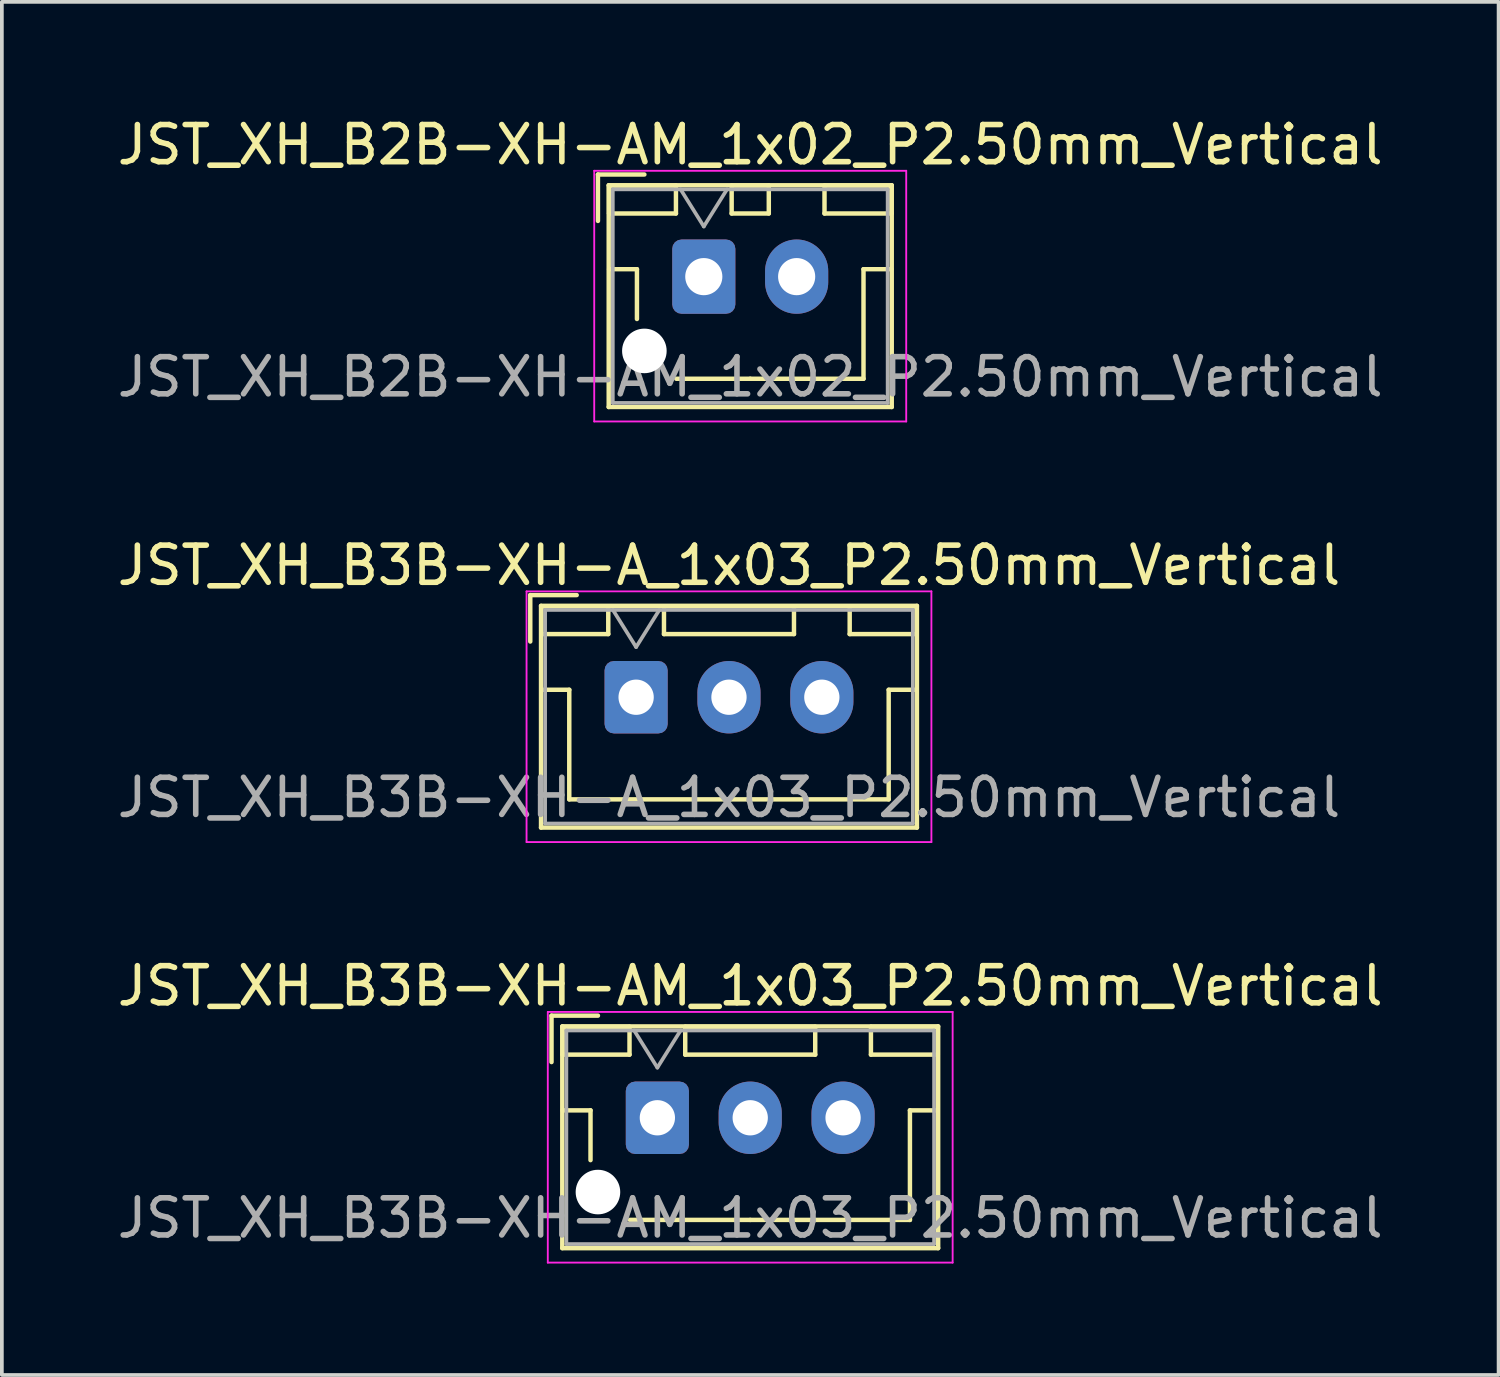
<source format=kicad_pcb>
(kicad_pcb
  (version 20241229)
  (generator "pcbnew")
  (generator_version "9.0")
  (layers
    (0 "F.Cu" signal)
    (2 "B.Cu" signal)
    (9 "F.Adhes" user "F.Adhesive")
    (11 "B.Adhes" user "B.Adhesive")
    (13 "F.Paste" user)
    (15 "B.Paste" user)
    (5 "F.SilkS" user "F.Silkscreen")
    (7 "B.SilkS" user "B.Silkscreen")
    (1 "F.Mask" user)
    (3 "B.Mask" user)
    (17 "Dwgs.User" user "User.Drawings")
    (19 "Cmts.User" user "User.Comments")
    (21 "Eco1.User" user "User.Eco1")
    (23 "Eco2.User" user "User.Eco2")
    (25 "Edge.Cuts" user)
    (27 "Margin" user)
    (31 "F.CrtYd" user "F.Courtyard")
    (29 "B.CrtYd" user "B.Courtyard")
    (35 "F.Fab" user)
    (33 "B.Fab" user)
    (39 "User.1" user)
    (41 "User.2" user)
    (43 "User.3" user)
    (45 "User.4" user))
  (footprint "JST_XH_B3B-XH-AM_1x03_P2.50mm_Vertical"
    (layer "F.Cu")
    (at 14.649 27.045)
    (property "Reference" "JST_XH_B3B-XH-AM_1x03_P2.50mm_Vertical" (at 2.5 -3.55 0) (layer "F.SilkS") (effects (font (size 1 1) (thickness 0.15))))
    (attr through_hole)
    (fp_line (start -2.85 -2.75) (end -2.85 -1.5) (stroke (width 0.12) (type solid)) (layer "F.SilkS"))
    (fp_line (start -2.56 -2.46) (end -2.56 3.51) (stroke (width 0.12) (type solid)) (layer "F.SilkS"))
    (fp_line (start -2.56 3.51) (end 7.56 3.51) (stroke (width 0.12) (type solid)) (layer "F.SilkS"))
    (fp_line (start -2.55 -2.45) (end -2.55 -1.7) (stroke (width 0.12) (type solid)) (layer "F.SilkS"))
    (fp_line (start -2.55 -1.7) (end -0.75 -1.7) (stroke (width 0.12) (type solid)) (layer "F.SilkS"))
    (fp_line (start -2.55 -0.2) (end -1.8 -0.2) (stroke (width 0.12) (type solid)) (layer "F.SilkS"))
    (fp_line (start -1.8 -0.2) (end -1.8 1.14) (stroke (width 0.12) (type solid)) (layer "F.SilkS"))
    (fp_line (start -1.6 -2.75) (end -2.85 -2.75) (stroke (width 0.12) (type solid)) (layer "F.SilkS"))
    (fp_line (start -0.75 -2.45) (end -2.55 -2.45) (stroke (width 0.12) (type solid)) (layer "F.SilkS"))
    (fp_line (start -0.75 -1.7) (end -0.75 -2.45) (stroke (width 0.12) (type solid)) (layer "F.SilkS"))
    (fp_line (start 0.75 -2.45) (end 0.75 -1.7) (stroke (width 0.12) (type solid)) (layer "F.SilkS"))
    (fp_line (start 0.75 -1.7) (end 4.25 -1.7) (stroke (width 0.12) (type solid)) (layer "F.SilkS"))
    (fp_line (start 2.5 2.75) (end -0.74 2.75) (stroke (width 0.12) (type solid)) (layer "F.SilkS"))
    (fp_line (start 4.25 -2.45) (end 0.75 -2.45) (stroke (width 0.12) (type solid)) (layer "F.SilkS"))
    (fp_line (start 4.25 -1.7) (end 4.25 -2.45) (stroke (width 0.12) (type solid)) (layer "F.SilkS"))
    (fp_line (start 5.75 -2.45) (end 5.75 -1.7) (stroke (width 0.12) (type solid)) (layer "F.SilkS"))
    (fp_line (start 5.75 -1.7) (end 7.55 -1.7) (stroke (width 0.12) (type solid)) (layer "F.SilkS"))
    (fp_line (start 6.8 -0.2) (end 6.8 2.75) (stroke (width 0.12) (type solid)) (layer "F.SilkS"))
    (fp_line (start 6.8 2.75) (end 2.5 2.75) (stroke (width 0.12) (type solid)) (layer "F.SilkS"))
    (fp_line (start 7.55 -2.45) (end 5.75 -2.45) (stroke (width 0.12) (type solid)) (layer "F.SilkS"))
    (fp_line (start 7.55 -1.7) (end 7.55 -2.45) (stroke (width 0.12) (type solid)) (layer "F.SilkS"))
    (fp_line (start 7.55 -0.2) (end 6.8 -0.2) (stroke (width 0.12) (type solid)) (layer "F.SilkS"))
    (fp_line (start 7.56 -2.46) (end -2.56 -2.46) (stroke (width 0.12) (type solid)) (layer "F.SilkS"))
    (fp_line (start 7.56 3.51) (end 7.56 -2.46) (stroke (width 0.12) (type solid)) (layer "F.SilkS"))
    (fp_line (start -2.95 -2.85) (end -2.95 3.9) (stroke (width 0.05) (type solid)) (layer "F.CrtYd"))
    (fp_line (start -2.95 3.9) (end 7.95 3.9) (stroke (width 0.05) (type solid)) (layer "F.CrtYd"))
    (fp_line (start 7.95 -2.85) (end -2.95 -2.85) (stroke (width 0.05) (type solid)) (layer "F.CrtYd"))
    (fp_line (start 7.95 3.9) (end 7.95 -2.85) (stroke (width 0.05) (type solid)) (layer "F.CrtYd"))
    (fp_line (start -2.45 -2.35) (end -2.45 3.4) (stroke (width 0.1) (type solid)) (layer "F.Fab"))
    (fp_line (start -2.45 3.4) (end 7.45 3.4) (stroke (width 0.1) (type solid)) (layer "F.Fab"))
    (fp_line (start -0.625 -2.35) (end 0 -1.35) (stroke (width 0.1) (type solid)) (layer "F.Fab"))
    (fp_line (start 0 -1.35) (end 0.625 -2.35) (stroke (width 0.1) (type solid)) (layer "F.Fab"))
    (fp_line (start 7.45 -2.35) (end -2.45 -2.35) (stroke (width 0.1) (type solid)) (layer "F.Fab"))
    (fp_line (start 7.45 3.4) (end 7.45 -2.35) (stroke (width 0.1) (type solid)) (layer "F.Fab"))
    (fp_text user "${REFERENCE}" (at 2.5 2.7 0) (layer "F.Fab") (effects (font (size 1 1) (thickness 0.15))))
    (pad "" np_thru_hole circle (at -1.6 2) (size 1.2 1.2) (drill 1.2) (layers "*.Cu" "*.Mask"))
    (pad "1" thru_hole roundrect (at 0 0) (size 1.7 1.95) (drill 0.95) (layers "*.Cu" "*.Mask") (roundrect_rratio 0.147))
    (pad "2" thru_hole oval (at 2.5 0) (size 1.7 1.95) (drill 0.95) (layers "*.Cu" "*.Mask"))
    (pad "3" thru_hole oval (at 5 0) (size 1.7 1.95) (drill 0.95) (layers "*.Cu" "*.Mask")))
  (footprint "JST_XH_B3B-XH-A_1x03_P2.50mm_Vertical"
    (layer "F.Cu")
    (at 14.077 15.722)
    (property "Reference" "JST_XH_B3B-XH-A_1x03_P2.50mm_Vertical" (at 2.5 -3.55 0) (layer "F.SilkS") (effects (font (size 1 1) (thickness 0.15))))
    (attr through_hole)
    (fp_line (start -2.85 -2.75) (end -2.85 -1.5) (stroke (width 0.12) (type solid)) (layer "F.SilkS"))
    (fp_line (start -2.56 -2.46) (end -2.56 3.51) (stroke (width 0.12) (type solid)) (layer "F.SilkS"))
    (fp_line (start -2.56 3.51) (end 7.56 3.51) (stroke (width 0.12) (type solid)) (layer "F.SilkS"))
    (fp_line (start -2.55 -2.45) (end -2.55 -1.7) (stroke (width 0.12) (type solid)) (layer "F.SilkS"))
    (fp_line (start -2.55 -1.7) (end -0.75 -1.7) (stroke (width 0.12) (type solid)) (layer "F.SilkS"))
    (fp_line (start -2.55 -0.2) (end -1.8 -0.2) (stroke (width 0.12) (type solid)) (layer "F.SilkS"))
    (fp_line (start -1.8 -0.2) (end -1.8 2.75) (stroke (width 0.12) (type solid)) (layer "F.SilkS"))
    (fp_line (start -1.8 2.75) (end 2.5 2.75) (stroke (width 0.12) (type solid)) (layer "F.SilkS"))
    (fp_line (start -1.6 -2.75) (end -2.85 -2.75) (stroke (width 0.12) (type solid)) (layer "F.SilkS"))
    (fp_line (start -0.75 -2.45) (end -2.55 -2.45) (stroke (width 0.12) (type solid)) (layer "F.SilkS"))
    (fp_line (start -0.75 -1.7) (end -0.75 -2.45) (stroke (width 0.12) (type solid)) (layer "F.SilkS"))
    (fp_line (start 0.75 -2.45) (end 0.75 -1.7) (stroke (width 0.12) (type solid)) (layer "F.SilkS"))
    (fp_line (start 0.75 -1.7) (end 4.25 -1.7) (stroke (width 0.12) (type solid)) (layer "F.SilkS"))
    (fp_line (start 4.25 -2.45) (end 0.75 -2.45) (stroke (width 0.12) (type solid)) (layer "F.SilkS"))
    (fp_line (start 4.25 -1.7) (end 4.25 -2.45) (stroke (width 0.12) (type solid)) (layer "F.SilkS"))
    (fp_line (start 5.75 -2.45) (end 5.75 -1.7) (stroke (width 0.12) (type solid)) (layer "F.SilkS"))
    (fp_line (start 5.75 -1.7) (end 7.55 -1.7) (stroke (width 0.12) (type solid)) (layer "F.SilkS"))
    (fp_line (start 6.8 -0.2) (end 6.8 2.75) (stroke (width 0.12) (type solid)) (layer "F.SilkS"))
    (fp_line (start 6.8 2.75) (end 2.5 2.75) (stroke (width 0.12) (type solid)) (layer "F.SilkS"))
    (fp_line (start 7.55 -2.45) (end 5.75 -2.45) (stroke (width 0.12) (type solid)) (layer "F.SilkS"))
    (fp_line (start 7.55 -1.7) (end 7.55 -2.45) (stroke (width 0.12) (type solid)) (layer "F.SilkS"))
    (fp_line (start 7.55 -0.2) (end 6.8 -0.2) (stroke (width 0.12) (type solid)) (layer "F.SilkS"))
    (fp_line (start 7.56 -2.46) (end -2.56 -2.46) (stroke (width 0.12) (type solid)) (layer "F.SilkS"))
    (fp_line (start 7.56 3.51) (end 7.56 -2.46) (stroke (width 0.12) (type solid)) (layer "F.SilkS"))
    (fp_line (start -2.95 -2.85) (end -2.95 3.9) (stroke (width 0.05) (type solid)) (layer "F.CrtYd"))
    (fp_line (start -2.95 3.9) (end 7.95 3.9) (stroke (width 0.05) (type solid)) (layer "F.CrtYd"))
    (fp_line (start 7.95 -2.85) (end -2.95 -2.85) (stroke (width 0.05) (type solid)) (layer "F.CrtYd"))
    (fp_line (start 7.95 3.9) (end 7.95 -2.85) (stroke (width 0.05) (type solid)) (layer "F.CrtYd"))
    (fp_line (start -2.45 -2.35) (end -2.45 3.4) (stroke (width 0.1) (type solid)) (layer "F.Fab"))
    (fp_line (start -2.45 3.4) (end 7.45 3.4) (stroke (width 0.1) (type solid)) (layer "F.Fab"))
    (fp_line (start -0.625 -2.35) (end 0 -1.35) (stroke (width 0.1) (type solid)) (layer "F.Fab"))
    (fp_line (start 0 -1.35) (end 0.625 -2.35) (stroke (width 0.1) (type solid)) (layer "F.Fab"))
    (fp_line (start 7.45 -2.35) (end -2.45 -2.35) (stroke (width 0.1) (type solid)) (layer "F.Fab"))
    (fp_line (start 7.45 3.4) (end 7.45 -2.35) (stroke (width 0.1) (type solid)) (layer "F.Fab"))
    (fp_text user "${REFERENCE}" (at 2.5 2.7 0) (layer "F.Fab") (effects (font (size 1 1) (thickness 0.15))))
    (pad "1" thru_hole roundrect (at 0 0) (size 1.7 1.95) (drill 0.95) (layers "*.Cu" "*.Mask") (roundrect_rratio 0.147))
    (pad "2" thru_hole oval (at 2.5 0) (size 1.7 1.95) (drill 0.95) (layers "*.Cu" "*.Mask"))
    (pad "3" thru_hole oval (at 5 0) (size 1.7 1.95) (drill 0.95) (layers "*.Cu" "*.Mask")))
  (footprint "JST_XH_B2B-XH-AM_1x02_P2.50mm_Vertical"
    (layer "F.Cu")
    (at 15.899 4.398)
    (property "Reference" "JST_XH_B2B-XH-AM_1x02_P2.50mm_Vertical" (at 1.25 -3.55 0) (layer "F.SilkS") (effects (font (size 1 1) (thickness 0.15))))
    (attr through_hole)
    (fp_line (start -2.85 -2.75) (end -2.85 -1.5) (stroke (width 0.12) (type solid)) (layer "F.SilkS"))
    (fp_line (start -2.56 -2.46) (end -2.56 3.51) (stroke (width 0.12) (type solid)) (layer "F.SilkS"))
    (fp_line (start -2.56 3.51) (end 5.06 3.51) (stroke (width 0.12) (type solid)) (layer "F.SilkS"))
    (fp_line (start -2.55 -2.45) (end -2.55 -1.7) (stroke (width 0.12) (type solid)) (layer "F.SilkS"))
    (fp_line (start -2.55 -1.7) (end -0.75 -1.7) (stroke (width 0.12) (type solid)) (layer "F.SilkS"))
    (fp_line (start -2.55 -0.2) (end -1.8 -0.2) (stroke (width 0.12) (type solid)) (layer "F.SilkS"))
    (fp_line (start -1.8 -0.2) (end -1.8 1.14) (stroke (width 0.12) (type solid)) (layer "F.SilkS"))
    (fp_line (start -1.6 -2.75) (end -2.85 -2.75) (stroke (width 0.12) (type solid)) (layer "F.SilkS"))
    (fp_line (start -0.75 -2.45) (end -2.55 -2.45) (stroke (width 0.12) (type solid)) (layer "F.SilkS"))
    (fp_line (start -0.75 -1.7) (end -0.75 -2.45) (stroke (width 0.12) (type solid)) (layer "F.SilkS"))
    (fp_line (start 0.75 -2.45) (end 0.75 -1.7) (stroke (width 0.12) (type solid)) (layer "F.SilkS"))
    (fp_line (start 0.75 -1.7) (end 1.75 -1.7) (stroke (width 0.12) (type solid)) (layer "F.SilkS"))
    (fp_line (start 1.25 2.75) (end -0.74 2.75) (stroke (width 0.12) (type solid)) (layer "F.SilkS"))
    (fp_line (start 1.75 -2.45) (end 0.75 -2.45) (stroke (width 0.12) (type solid)) (layer "F.SilkS"))
    (fp_line (start 1.75 -1.7) (end 1.75 -2.45) (stroke (width 0.12) (type solid)) (layer "F.SilkS"))
    (fp_line (start 3.25 -2.45) (end 3.25 -1.7) (stroke (width 0.12) (type solid)) (layer "F.SilkS"))
    (fp_line (start 3.25 -1.7) (end 5.05 -1.7) (stroke (width 0.12) (type solid)) (layer "F.SilkS"))
    (fp_line (start 4.3 -0.2) (end 4.3 2.75) (stroke (width 0.12) (type solid)) (layer "F.SilkS"))
    (fp_line (start 4.3 2.75) (end 1.25 2.75) (stroke (width 0.12) (type solid)) (layer "F.SilkS"))
    (fp_line (start 5.05 -2.45) (end 3.25 -2.45) (stroke (width 0.12) (type solid)) (layer "F.SilkS"))
    (fp_line (start 5.05 -1.7) (end 5.05 -2.45) (stroke (width 0.12) (type solid)) (layer "F.SilkS"))
    (fp_line (start 5.05 -0.2) (end 4.3 -0.2) (stroke (width 0.12) (type solid)) (layer "F.SilkS"))
    (fp_line (start 5.06 -2.46) (end -2.56 -2.46) (stroke (width 0.12) (type solid)) (layer "F.SilkS"))
    (fp_line (start 5.06 3.51) (end 5.06 -2.46) (stroke (width 0.12) (type solid)) (layer "F.SilkS"))
    (fp_line (start -2.95 -2.85) (end -2.95 3.9) (stroke (width 0.05) (type solid)) (layer "F.CrtYd"))
    (fp_line (start -2.95 3.9) (end 5.45 3.9) (stroke (width 0.05) (type solid)) (layer "F.CrtYd"))
    (fp_line (start 5.45 -2.85) (end -2.95 -2.85) (stroke (width 0.05) (type solid)) (layer "F.CrtYd"))
    (fp_line (start 5.45 3.9) (end 5.45 -2.85) (stroke (width 0.05) (type solid)) (layer "F.CrtYd"))
    (fp_line (start -2.45 -2.35) (end -2.45 3.4) (stroke (width 0.1) (type solid)) (layer "F.Fab"))
    (fp_line (start -2.45 3.4) (end 4.95 3.4) (stroke (width 0.1) (type solid)) (layer "F.Fab"))
    (fp_line (start -0.625 -2.35) (end 0 -1.35) (stroke (width 0.1) (type solid)) (layer "F.Fab"))
    (fp_line (start 0 -1.35) (end 0.625 -2.35) (stroke (width 0.1) (type solid)) (layer "F.Fab"))
    (fp_line (start 4.95 -2.35) (end -2.45 -2.35) (stroke (width 0.1) (type solid)) (layer "F.Fab"))
    (fp_line (start 4.95 3.4) (end 4.95 -2.35) (stroke (width 0.1) (type solid)) (layer "F.Fab"))
    (fp_text user "${REFERENCE}" (at 1.25 2.7 0) (layer "F.Fab") (effects (font (size 1 1) (thickness 0.15))))
    (pad "" np_thru_hole circle (at -1.6 2) (size 1.2 1.2) (drill 1.2) (layers "*.Cu" "*.Mask"))
    (pad "1" thru_hole roundrect (at 0 0) (size 1.7 2) (drill 1) (layers "*.Cu" "*.Mask") (roundrect_rratio 0.147))
    (pad "2" thru_hole oval (at 2.5 0) (size 1.7 2) (drill 1) (layers "*.Cu" "*.Mask")))
  (gr_rect
    (start -3 -3)
    (end 37.298 33.97)
    (stroke (width 0.1) (type default))
    (fill no)
    (layer "Edge.Cuts")))
</source>
